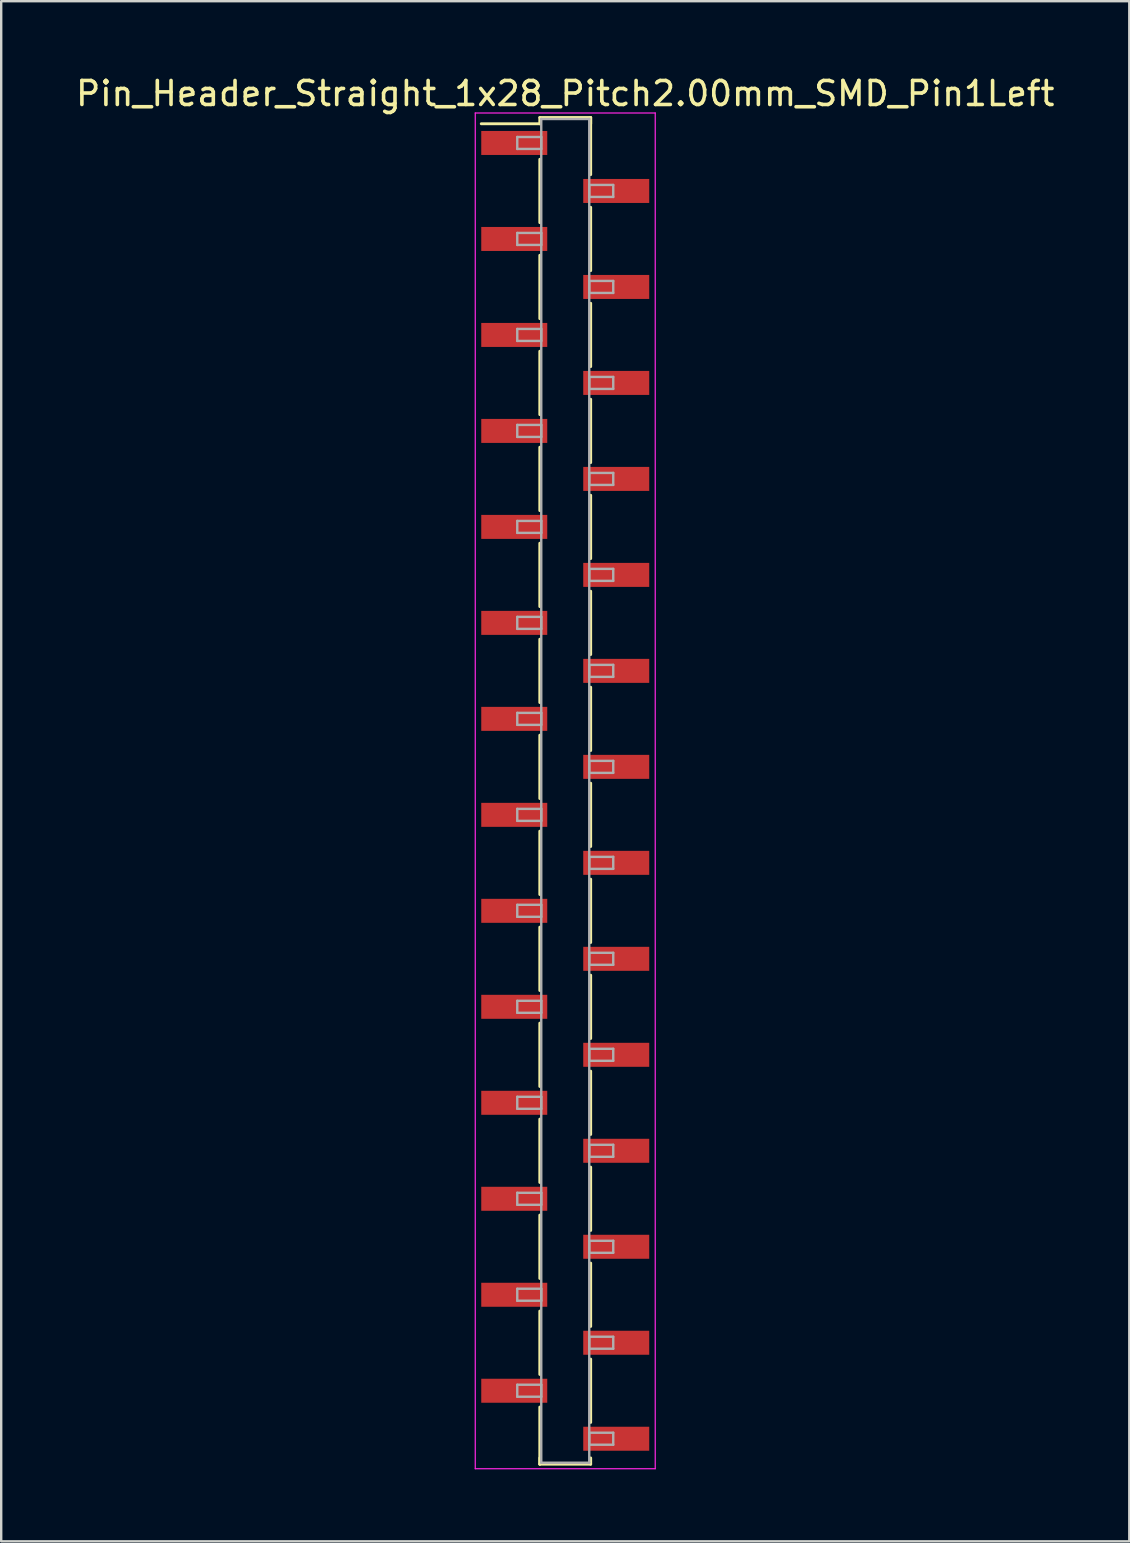
<source format=kicad_pcb>
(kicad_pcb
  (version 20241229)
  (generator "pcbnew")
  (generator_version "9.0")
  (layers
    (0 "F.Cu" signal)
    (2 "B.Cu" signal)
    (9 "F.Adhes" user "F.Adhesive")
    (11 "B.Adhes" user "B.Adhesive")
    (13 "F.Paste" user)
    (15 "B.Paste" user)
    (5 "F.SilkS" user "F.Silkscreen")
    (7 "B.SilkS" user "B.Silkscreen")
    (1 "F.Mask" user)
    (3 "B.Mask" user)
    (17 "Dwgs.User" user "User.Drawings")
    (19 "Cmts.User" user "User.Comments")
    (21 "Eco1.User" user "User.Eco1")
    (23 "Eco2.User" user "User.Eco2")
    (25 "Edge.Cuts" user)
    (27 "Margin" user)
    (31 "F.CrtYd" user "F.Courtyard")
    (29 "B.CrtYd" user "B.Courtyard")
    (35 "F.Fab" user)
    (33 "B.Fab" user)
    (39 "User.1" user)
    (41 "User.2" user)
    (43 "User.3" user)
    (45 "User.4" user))
  (footprint "Pin_Header_Straight_1x28_Pitch2.00mm_SMD_Pin1Left"
    (layer "F.Cu")
    (at 20.506 29.908)
    (property "Reference" "Pin_Header_Straight_1x28_Pitch2.00mm_SMD_Pin1Left" (at 0 -29.06 0) (layer "F.SilkS") (effects (font (size 1 1) (thickness 0.15))))
    (attr smd)
    (fp_line (start -1.06 -28.06) (end 1.06 -28.06) (stroke (width 0.12) (type solid)) (layer "F.SilkS"))
    (fp_line (start -1.06 -27.8) (end -3.5 -27.8) (stroke (width 0.12) (type solid)) (layer "F.SilkS"))
    (fp_line (start -1.06 -27.8) (end -1.06 -28.06) (stroke (width 0.12) (type solid)) (layer "F.SilkS"))
    (fp_line (start -1.06 -26.32) (end -1.06 -23.68) (stroke (width 0.12) (type solid)) (layer "F.SilkS"))
    (fp_line (start -1.06 -22.32) (end -1.06 -19.68) (stroke (width 0.12) (type solid)) (layer "F.SilkS"))
    (fp_line (start -1.06 -18.32) (end -1.06 -15.68) (stroke (width 0.12) (type solid)) (layer "F.SilkS"))
    (fp_line (start -1.06 -14.32) (end -1.06 -11.68) (stroke (width 0.12) (type solid)) (layer "F.SilkS"))
    (fp_line (start -1.06 -10.32) (end -1.06 -7.68) (stroke (width 0.12) (type solid)) (layer "F.SilkS"))
    (fp_line (start -1.06 -6.32) (end -1.06 -3.68) (stroke (width 0.12) (type solid)) (layer "F.SilkS"))
    (fp_line (start -1.06 -2.32) (end -1.06 0.32) (stroke (width 0.12) (type solid)) (layer "F.SilkS"))
    (fp_line (start -1.06 1.68) (end -1.06 4.32) (stroke (width 0.12) (type solid)) (layer "F.SilkS"))
    (fp_line (start -1.06 5.68) (end -1.06 8.32) (stroke (width 0.12) (type solid)) (layer "F.SilkS"))
    (fp_line (start -1.06 9.68) (end -1.06 12.32) (stroke (width 0.12) (type solid)) (layer "F.SilkS"))
    (fp_line (start -1.06 13.68) (end -1.06 16.32) (stroke (width 0.12) (type solid)) (layer "F.SilkS"))
    (fp_line (start -1.06 17.68) (end -1.06 20.32) (stroke (width 0.12) (type solid)) (layer "F.SilkS"))
    (fp_line (start -1.06 21.68) (end -1.06 24.32) (stroke (width 0.12) (type solid)) (layer "F.SilkS"))
    (fp_line (start -1.06 25.68) (end -1.06 28.06) (stroke (width 0.12) (type solid)) (layer "F.SilkS"))
    (fp_line (start -1.06 27.8) (end -1.06 28.06) (stroke (width 0.12) (type solid)) (layer "F.SilkS"))
    (fp_line (start -1.06 28.06) (end 1.06 28.06) (stroke (width 0.12) (type solid)) (layer "F.SilkS"))
    (fp_line (start 1.06 -28.06) (end 1.06 -27.8) (stroke (width 0.12) (type solid)) (layer "F.SilkS"))
    (fp_line (start 1.06 -28.06) (end 1.06 -25.68) (stroke (width 0.12) (type solid)) (layer "F.SilkS"))
    (fp_line (start 1.06 -24.32) (end 1.06 -21.68) (stroke (width 0.12) (type solid)) (layer "F.SilkS"))
    (fp_line (start 1.06 -20.32) (end 1.06 -17.68) (stroke (width 0.12) (type solid)) (layer "F.SilkS"))
    (fp_line (start 1.06 -16.32) (end 1.06 -13.68) (stroke (width 0.12) (type solid)) (layer "F.SilkS"))
    (fp_line (start 1.06 -12.32) (end 1.06 -9.68) (stroke (width 0.12) (type solid)) (layer "F.SilkS"))
    (fp_line (start 1.06 -8.32) (end 1.06 -5.68) (stroke (width 0.12) (type solid)) (layer "F.SilkS"))
    (fp_line (start 1.06 -4.32) (end 1.06 -1.68) (stroke (width 0.12) (type solid)) (layer "F.SilkS"))
    (fp_line (start 1.06 -0.32) (end 1.06 2.32) (stroke (width 0.12) (type solid)) (layer "F.SilkS"))
    (fp_line (start 1.06 3.68) (end 1.06 6.32) (stroke (width 0.12) (type solid)) (layer "F.SilkS"))
    (fp_line (start 1.06 7.68) (end 1.06 10.32) (stroke (width 0.12) (type solid)) (layer "F.SilkS"))
    (fp_line (start 1.06 11.68) (end 1.06 14.32) (stroke (width 0.12) (type solid)) (layer "F.SilkS"))
    (fp_line (start 1.06 15.68) (end 1.06 18.32) (stroke (width 0.12) (type solid)) (layer "F.SilkS"))
    (fp_line (start 1.06 19.68) (end 1.06 22.32) (stroke (width 0.12) (type solid)) (layer "F.SilkS"))
    (fp_line (start 1.06 23.68) (end 1.06 26.32) (stroke (width 0.12) (type solid)) (layer "F.SilkS"))
    (fp_line (start 1.06 28.06) (end 1.06 27.8) (stroke (width 0.12) (type solid)) (layer "F.SilkS"))
    (fp_line (start -3.75 -28.25) (end -3.75 28.25) (stroke (width 0.05) (type solid)) (layer "F.CrtYd"))
    (fp_line (start -3.75 28.25) (end 3.75 28.25) (stroke (width 0.05) (type solid)) (layer "F.CrtYd"))
    (fp_line (start 3.75 -28.25) (end -3.75 -28.25) (stroke (width 0.05) (type solid)) (layer "F.CrtYd"))
    (fp_line (start 3.75 28.25) (end 3.75 -28.25) (stroke (width 0.05) (type solid)) (layer "F.CrtYd"))
    (fp_line (start -2 -27.25) (end -1 -27.25) (stroke (width 0.1) (type solid)) (layer "F.Fab"))
    (fp_line (start -2 -26.75) (end -2 -27.25) (stroke (width 0.1) (type solid)) (layer "F.Fab"))
    (fp_line (start -2 -23.25) (end -1 -23.25) (stroke (width 0.1) (type solid)) (layer "F.Fab"))
    (fp_line (start -2 -22.75) (end -2 -23.25) (stroke (width 0.1) (type solid)) (layer "F.Fab"))
    (fp_line (start -2 -19.25) (end -1 -19.25) (stroke (width 0.1) (type solid)) (layer "F.Fab"))
    (fp_line (start -2 -18.75) (end -2 -19.25) (stroke (width 0.1) (type solid)) (layer "F.Fab"))
    (fp_line (start -2 -15.25) (end -1 -15.25) (stroke (width 0.1) (type solid)) (layer "F.Fab"))
    (fp_line (start -2 -14.75) (end -2 -15.25) (stroke (width 0.1) (type solid)) (layer "F.Fab"))
    (fp_line (start -2 -11.25) (end -1 -11.25) (stroke (width 0.1) (type solid)) (layer "F.Fab"))
    (fp_line (start -2 -10.75) (end -2 -11.25) (stroke (width 0.1) (type solid)) (layer "F.Fab"))
    (fp_line (start -2 -7.25) (end -1 -7.25) (stroke (width 0.1) (type solid)) (layer "F.Fab"))
    (fp_line (start -2 -6.75) (end -2 -7.25) (stroke (width 0.1) (type solid)) (layer "F.Fab"))
    (fp_line (start -2 -3.25) (end -1 -3.25) (stroke (width 0.1) (type solid)) (layer "F.Fab"))
    (fp_line (start -2 -2.75) (end -2 -3.25) (stroke (width 0.1) (type solid)) (layer "F.Fab"))
    (fp_line (start -2 0.75) (end -1 0.75) (stroke (width 0.1) (type solid)) (layer "F.Fab"))
    (fp_line (start -2 1.25) (end -2 0.75) (stroke (width 0.1) (type solid)) (layer "F.Fab"))
    (fp_line (start -2 4.75) (end -1 4.75) (stroke (width 0.1) (type solid)) (layer "F.Fab"))
    (fp_line (start -2 5.25) (end -2 4.75) (stroke (width 0.1) (type solid)) (layer "F.Fab"))
    (fp_line (start -2 8.75) (end -1 8.75) (stroke (width 0.1) (type solid)) (layer "F.Fab"))
    (fp_line (start -2 9.25) (end -2 8.75) (stroke (width 0.1) (type solid)) (layer "F.Fab"))
    (fp_line (start -2 12.75) (end -1 12.75) (stroke (width 0.1) (type solid)) (layer "F.Fab"))
    (fp_line (start -2 13.25) (end -2 12.75) (stroke (width 0.1) (type solid)) (layer "F.Fab"))
    (fp_line (start -2 16.75) (end -1 16.75) (stroke (width 0.1) (type solid)) (layer "F.Fab"))
    (fp_line (start -2 17.25) (end -2 16.75) (stroke (width 0.1) (type solid)) (layer "F.Fab"))
    (fp_line (start -2 20.75) (end -1 20.75) (stroke (width 0.1) (type solid)) (layer "F.Fab"))
    (fp_line (start -2 21.25) (end -2 20.75) (stroke (width 0.1) (type solid)) (layer "F.Fab"))
    (fp_line (start -2 24.75) (end -1 24.75) (stroke (width 0.1) (type solid)) (layer "F.Fab"))
    (fp_line (start -2 25.25) (end -2 24.75) (stroke (width 0.1) (type solid)) (layer "F.Fab"))
    (fp_line (start -1 -28) (end -1 28) (stroke (width 0.1) (type solid)) (layer "F.Fab"))
    (fp_line (start -1 -27.25) (end -1 -26.75) (stroke (width 0.1) (type solid)) (layer "F.Fab"))
    (fp_line (start -1 -26.75) (end -2 -26.75) (stroke (width 0.1) (type solid)) (layer "F.Fab"))
    (fp_line (start -1 -23.25) (end -1 -22.75) (stroke (width 0.1) (type solid)) (layer "F.Fab"))
    (fp_line (start -1 -22.75) (end -2 -22.75) (stroke (width 0.1) (type solid)) (layer "F.Fab"))
    (fp_line (start -1 -19.25) (end -1 -18.75) (stroke (width 0.1) (type solid)) (layer "F.Fab"))
    (fp_line (start -1 -18.75) (end -2 -18.75) (stroke (width 0.1) (type solid)) (layer "F.Fab"))
    (fp_line (start -1 -15.25) (end -1 -14.75) (stroke (width 0.1) (type solid)) (layer "F.Fab"))
    (fp_line (start -1 -14.75) (end -2 -14.75) (stroke (width 0.1) (type solid)) (layer "F.Fab"))
    (fp_line (start -1 -11.25) (end -1 -10.75) (stroke (width 0.1) (type solid)) (layer "F.Fab"))
    (fp_line (start -1 -10.75) (end -2 -10.75) (stroke (width 0.1) (type solid)) (layer "F.Fab"))
    (fp_line (start -1 -7.25) (end -1 -6.75) (stroke (width 0.1) (type solid)) (layer "F.Fab"))
    (fp_line (start -1 -6.75) (end -2 -6.75) (stroke (width 0.1) (type solid)) (layer "F.Fab"))
    (fp_line (start -1 -3.25) (end -1 -2.75) (stroke (width 0.1) (type solid)) (layer "F.Fab"))
    (fp_line (start -1 -2.75) (end -2 -2.75) (stroke (width 0.1) (type solid)) (layer "F.Fab"))
    (fp_line (start -1 0.75) (end -1 1.25) (stroke (width 0.1) (type solid)) (layer "F.Fab"))
    (fp_line (start -1 1.25) (end -2 1.25) (stroke (width 0.1) (type solid)) (layer "F.Fab"))
    (fp_line (start -1 4.75) (end -1 5.25) (stroke (width 0.1) (type solid)) (layer "F.Fab"))
    (fp_line (start -1 5.25) (end -2 5.25) (stroke (width 0.1) (type solid)) (layer "F.Fab"))
    (fp_line (start -1 8.75) (end -1 9.25) (stroke (width 0.1) (type solid)) (layer "F.Fab"))
    (fp_line (start -1 9.25) (end -2 9.25) (stroke (width 0.1) (type solid)) (layer "F.Fab"))
    (fp_line (start -1 12.75) (end -1 13.25) (stroke (width 0.1) (type solid)) (layer "F.Fab"))
    (fp_line (start -1 13.25) (end -2 13.25) (stroke (width 0.1) (type solid)) (layer "F.Fab"))
    (fp_line (start -1 16.75) (end -1 17.25) (stroke (width 0.1) (type solid)) (layer "F.Fab"))
    (fp_line (start -1 17.25) (end -2 17.25) (stroke (width 0.1) (type solid)) (layer "F.Fab"))
    (fp_line (start -1 20.75) (end -1 21.25) (stroke (width 0.1) (type solid)) (layer "F.Fab"))
    (fp_line (start -1 21.25) (end -2 21.25) (stroke (width 0.1) (type solid)) (layer "F.Fab"))
    (fp_line (start -1 24.75) (end -1 25.25) (stroke (width 0.1) (type solid)) (layer "F.Fab"))
    (fp_line (start -1 25.25) (end -2 25.25) (stroke (width 0.1) (type solid)) (layer "F.Fab"))
    (fp_line (start -1 28) (end 1 28) (stroke (width 0.1) (type solid)) (layer "F.Fab"))
    (fp_line (start 1 -28) (end -1 -28) (stroke (width 0.1) (type solid)) (layer "F.Fab"))
    (fp_line (start 1 -25.25) (end 1 -24.75) (stroke (width 0.1) (type solid)) (layer "F.Fab"))
    (fp_line (start 1 -24.75) (end 2 -24.75) (stroke (width 0.1) (type solid)) (layer "F.Fab"))
    (fp_line (start 1 -21.25) (end 1 -20.75) (stroke (width 0.1) (type solid)) (layer "F.Fab"))
    (fp_line (start 1 -20.75) (end 2 -20.75) (stroke (width 0.1) (type solid)) (layer "F.Fab"))
    (fp_line (start 1 -17.25) (end 1 -16.75) (stroke (width 0.1) (type solid)) (layer "F.Fab"))
    (fp_line (start 1 -16.75) (end 2 -16.75) (stroke (width 0.1) (type solid)) (layer "F.Fab"))
    (fp_line (start 1 -13.25) (end 1 -12.75) (stroke (width 0.1) (type solid)) (layer "F.Fab"))
    (fp_line (start 1 -12.75) (end 2 -12.75) (stroke (width 0.1) (type solid)) (layer "F.Fab"))
    (fp_line (start 1 -9.25) (end 1 -8.75) (stroke (width 0.1) (type solid)) (layer "F.Fab"))
    (fp_line (start 1 -8.75) (end 2 -8.75) (stroke (width 0.1) (type solid)) (layer "F.Fab"))
    (fp_line (start 1 -5.25) (end 1 -4.75) (stroke (width 0.1) (type solid)) (layer "F.Fab"))
    (fp_line (start 1 -4.75) (end 2 -4.75) (stroke (width 0.1) (type solid)) (layer "F.Fab"))
    (fp_line (start 1 -1.25) (end 1 -0.75) (stroke (width 0.1) (type solid)) (layer "F.Fab"))
    (fp_line (start 1 -0.75) (end 2 -0.75) (stroke (width 0.1) (type solid)) (layer "F.Fab"))
    (fp_line (start 1 2.75) (end 1 3.25) (stroke (width 0.1) (type solid)) (layer "F.Fab"))
    (fp_line (start 1 3.25) (end 2 3.25) (stroke (width 0.1) (type solid)) (layer "F.Fab"))
    (fp_line (start 1 6.75) (end 1 7.25) (stroke (width 0.1) (type solid)) (layer "F.Fab"))
    (fp_line (start 1 7.25) (end 2 7.25) (stroke (width 0.1) (type solid)) (layer "F.Fab"))
    (fp_line (start 1 10.75) (end 1 11.25) (stroke (width 0.1) (type solid)) (layer "F.Fab"))
    (fp_line (start 1 11.25) (end 2 11.25) (stroke (width 0.1) (type solid)) (layer "F.Fab"))
    (fp_line (start 1 14.75) (end 1 15.25) (stroke (width 0.1) (type solid)) (layer "F.Fab"))
    (fp_line (start 1 15.25) (end 2 15.25) (stroke (width 0.1) (type solid)) (layer "F.Fab"))
    (fp_line (start 1 18.75) (end 1 19.25) (stroke (width 0.1) (type solid)) (layer "F.Fab"))
    (fp_line (start 1 19.25) (end 2 19.25) (stroke (width 0.1) (type solid)) (layer "F.Fab"))
    (fp_line (start 1 22.75) (end 1 23.25) (stroke (width 0.1) (type solid)) (layer "F.Fab"))
    (fp_line (start 1 23.25) (end 2 23.25) (stroke (width 0.1) (type solid)) (layer "F.Fab"))
    (fp_line (start 1 26.75) (end 1 27.25) (stroke (width 0.1) (type solid)) (layer "F.Fab"))
    (fp_line (start 1 27.25) (end 2 27.25) (stroke (width 0.1) (type solid)) (layer "F.Fab"))
    (fp_line (start 1 28) (end 1 -28) (stroke (width 0.1) (type solid)) (layer "F.Fab"))
    (fp_line (start 2 -25.25) (end 1 -25.25) (stroke (width 0.1) (type solid)) (layer "F.Fab"))
    (fp_line (start 2 -24.75) (end 2 -25.25) (stroke (width 0.1) (type solid)) (layer "F.Fab"))
    (fp_line (start 2 -21.25) (end 1 -21.25) (stroke (width 0.1) (type solid)) (layer "F.Fab"))
    (fp_line (start 2 -20.75) (end 2 -21.25) (stroke (width 0.1) (type solid)) (layer "F.Fab"))
    (fp_line (start 2 -17.25) (end 1 -17.25) (stroke (width 0.1) (type solid)) (layer "F.Fab"))
    (fp_line (start 2 -16.75) (end 2 -17.25) (stroke (width 0.1) (type solid)) (layer "F.Fab"))
    (fp_line (start 2 -13.25) (end 1 -13.25) (stroke (width 0.1) (type solid)) (layer "F.Fab"))
    (fp_line (start 2 -12.75) (end 2 -13.25) (stroke (width 0.1) (type solid)) (layer "F.Fab"))
    (fp_line (start 2 -9.25) (end 1 -9.25) (stroke (width 0.1) (type solid)) (layer "F.Fab"))
    (fp_line (start 2 -8.75) (end 2 -9.25) (stroke (width 0.1) (type solid)) (layer "F.Fab"))
    (fp_line (start 2 -5.25) (end 1 -5.25) (stroke (width 0.1) (type solid)) (layer "F.Fab"))
    (fp_line (start 2 -4.75) (end 2 -5.25) (stroke (width 0.1) (type solid)) (layer "F.Fab"))
    (fp_line (start 2 -1.25) (end 1 -1.25) (stroke (width 0.1) (type solid)) (layer "F.Fab"))
    (fp_line (start 2 -0.75) (end 2 -1.25) (stroke (width 0.1) (type solid)) (layer "F.Fab"))
    (fp_line (start 2 2.75) (end 1 2.75) (stroke (width 0.1) (type solid)) (layer "F.Fab"))
    (fp_line (start 2 3.25) (end 2 2.75) (stroke (width 0.1) (type solid)) (layer "F.Fab"))
    (fp_line (start 2 6.75) (end 1 6.75) (stroke (width 0.1) (type solid)) (layer "F.Fab"))
    (fp_line (start 2 7.25) (end 2 6.75) (stroke (width 0.1) (type solid)) (layer "F.Fab"))
    (fp_line (start 2 10.75) (end 1 10.75) (stroke (width 0.1) (type solid)) (layer "F.Fab"))
    (fp_line (start 2 11.25) (end 2 10.75) (stroke (width 0.1) (type solid)) (layer "F.Fab"))
    (fp_line (start 2 14.75) (end 1 14.75) (stroke (width 0.1) (type solid)) (layer "F.Fab"))
    (fp_line (start 2 15.25) (end 2 14.75) (stroke (width 0.1) (type solid)) (layer "F.Fab"))
    (fp_line (start 2 18.75) (end 1 18.75) (stroke (width 0.1) (type solid)) (layer "F.Fab"))
    (fp_line (start 2 19.25) (end 2 18.75) (stroke (width 0.1) (type solid)) (layer "F.Fab"))
    (fp_line (start 2 22.75) (end 1 22.75) (stroke (width 0.1) (type solid)) (layer "F.Fab"))
    (fp_line (start 2 23.25) (end 2 22.75) (stroke (width 0.1) (type solid)) (layer "F.Fab"))
    (fp_line (start 2 26.75) (end 1 26.75) (stroke (width 0.1) (type solid)) (layer "F.Fab"))
    (fp_line (start 2 27.25) (end 2 26.75) (stroke (width 0.1) (type solid)) (layer "F.Fab"))
    (pad "1" smd rect (at -2.125 -27) (size 2.75 1) (layers "F.Cu" "F.Mask"))
    (pad "2" smd rect (at 2.125 -25) (size 2.75 1) (layers "F.Cu" "F.Mask"))
    (pad "3" smd rect (at -2.125 -23) (size 2.75 1) (layers "F.Cu" "F.Mask"))
    (pad "4" smd rect (at 2.125 -21) (size 2.75 1) (layers "F.Cu" "F.Mask"))
    (pad "5" smd rect (at -2.125 -19) (size 2.75 1) (layers "F.Cu" "F.Mask"))
    (pad "6" smd rect (at 2.125 -17) (size 2.75 1) (layers "F.Cu" "F.Mask"))
    (pad "7" smd rect (at -2.125 -15) (size 2.75 1) (layers "F.Cu" "F.Mask"))
    (pad "8" smd rect (at 2.125 -13) (size 2.75 1) (layers "F.Cu" "F.Mask"))
    (pad "9" smd rect (at -2.125 -11) (size 2.75 1) (layers "F.Cu" "F.Mask"))
    (pad "10" smd rect (at 2.125 -9) (size 2.75 1) (layers "F.Cu" "F.Mask"))
    (pad "11" smd rect (at -2.125 -7) (size 2.75 1) (layers "F.Cu" "F.Mask"))
    (pad "12" smd rect (at 2.125 -5) (size 2.75 1) (layers "F.Cu" "F.Mask"))
    (pad "13" smd rect (at -2.125 -3) (size 2.75 1) (layers "F.Cu" "F.Mask"))
    (pad "14" smd rect (at 2.125 -1) (size 2.75 1) (layers "F.Cu" "F.Mask"))
    (pad "15" smd rect (at -2.125 1) (size 2.75 1) (layers "F.Cu" "F.Mask"))
    (pad "16" smd rect (at 2.125 3) (size 2.75 1) (layers "F.Cu" "F.Mask"))
    (pad "17" smd rect (at -2.125 5) (size 2.75 1) (layers "F.Cu" "F.Mask"))
    (pad "18" smd rect (at 2.125 7) (size 2.75 1) (layers "F.Cu" "F.Mask"))
    (pad "19" smd rect (at -2.125 9) (size 2.75 1) (layers "F.Cu" "F.Mask"))
    (pad "20" smd rect (at 2.125 11) (size 2.75 1) (layers "F.Cu" "F.Mask"))
    (pad "21" smd rect (at -2.125 13) (size 2.75 1) (layers "F.Cu" "F.Mask"))
    (pad "22" smd rect (at 2.125 15) (size 2.75 1) (layers "F.Cu" "F.Mask"))
    (pad "23" smd rect (at -2.125 17) (size 2.75 1) (layers "F.Cu" "F.Mask"))
    (pad "24" smd rect (at 2.125 19) (size 2.75 1) (layers "F.Cu" "F.Mask"))
    (pad "25" smd rect (at -2.125 21) (size 2.75 1) (layers "F.Cu" "F.Mask"))
    (pad "26" smd rect (at 2.125 23) (size 2.75 1) (layers "F.Cu" "F.Mask"))
    (pad "27" smd rect (at -2.125 25) (size 2.75 1) (layers "F.Cu" "F.Mask"))
    (pad "28" smd rect (at 2.125 27) (size 2.75 1) (layers "F.Cu" "F.Mask")))
  (gr_rect
    (start -3 -3)
    (end 44.012 61.183)
    (stroke (width 0.1) (type default))
    (fill no)
    (layer "Edge.Cuts")))
</source>
